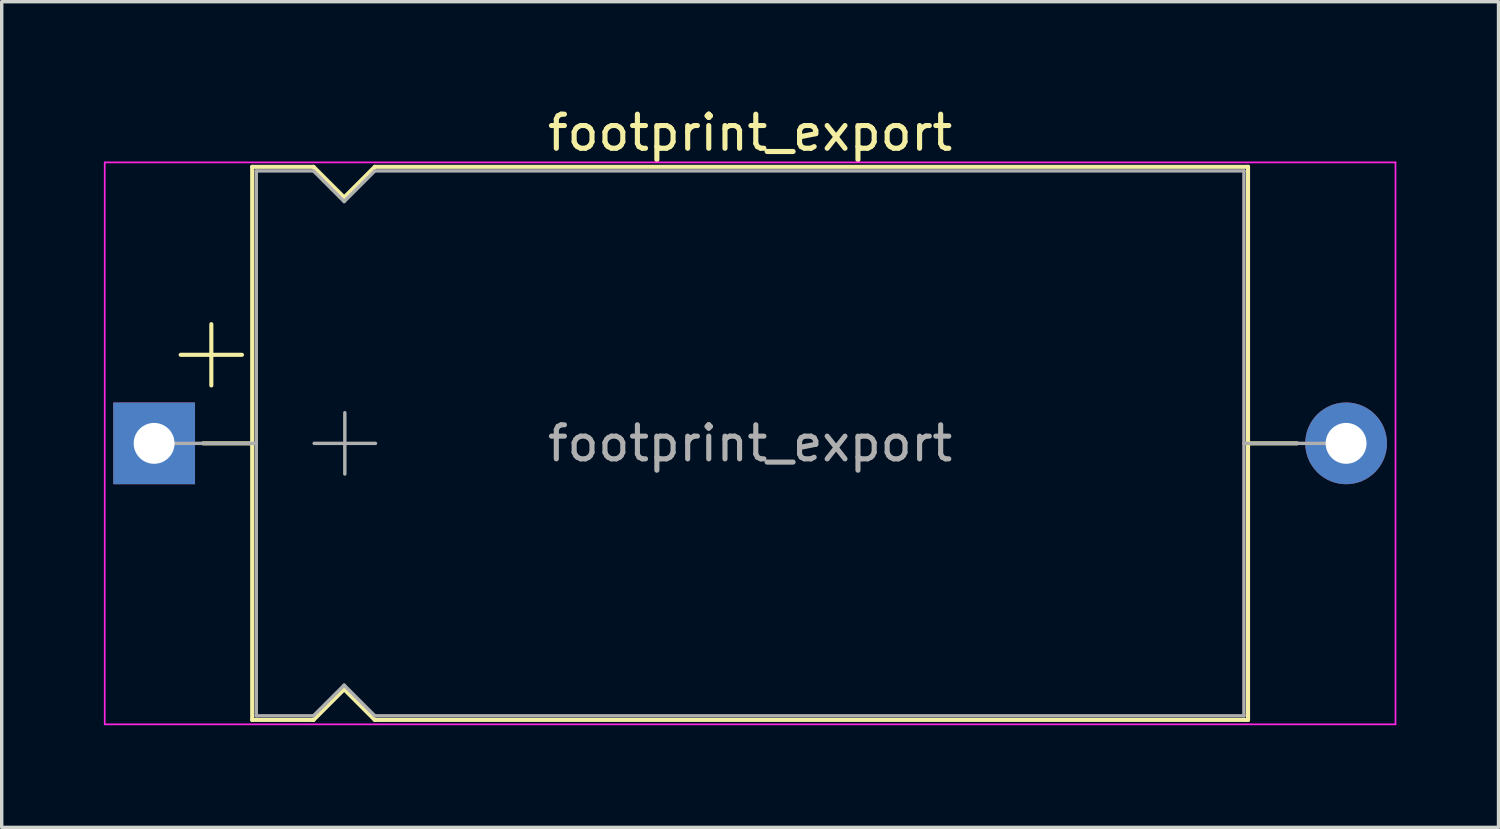
<source format=kicad_pcb>
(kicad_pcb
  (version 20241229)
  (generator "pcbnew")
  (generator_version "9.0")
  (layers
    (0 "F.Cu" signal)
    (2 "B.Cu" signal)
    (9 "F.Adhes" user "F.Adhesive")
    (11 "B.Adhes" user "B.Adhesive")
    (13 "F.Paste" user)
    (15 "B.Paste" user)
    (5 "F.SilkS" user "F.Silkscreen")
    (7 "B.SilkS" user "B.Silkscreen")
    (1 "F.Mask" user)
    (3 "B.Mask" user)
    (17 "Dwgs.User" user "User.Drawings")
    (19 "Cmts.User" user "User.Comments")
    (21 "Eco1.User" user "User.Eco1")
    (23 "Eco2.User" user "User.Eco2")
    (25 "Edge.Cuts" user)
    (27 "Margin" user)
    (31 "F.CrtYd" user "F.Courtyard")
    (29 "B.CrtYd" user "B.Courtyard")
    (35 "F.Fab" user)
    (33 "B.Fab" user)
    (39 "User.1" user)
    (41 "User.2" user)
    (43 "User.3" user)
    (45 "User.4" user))
  (footprint "footprint_export"
    (layer "F.Cu")
    (at 1.475 9.968)
    (property "Reference" "footprint_export" (at 17.5 -9.12 0) (layer "F.SilkS") (effects (font (size 1 1) (thickness 0.15))))
    (attr through_hole)
    (fp_line (start 0.78 -2.6) (end 2.58 -2.6) (stroke (width 0.12) (type solid)) (layer "F.SilkS"))
    (fp_line (start 1.44 0) (end 2.88 0) (stroke (width 0.12) (type solid)) (layer "F.SilkS"))
    (fp_line (start 1.68 -3.5) (end 1.68 -1.7) (stroke (width 0.12) (type solid)) (layer "F.SilkS"))
    (fp_line (start 2.88 -8.12) (end 2.88 8.12) (stroke (width 0.12) (type solid)) (layer "F.SilkS"))
    (fp_line (start 2.88 -8.12) (end 4.68 -8.12) (stroke (width 0.12) (type solid)) (layer "F.SilkS"))
    (fp_line (start 2.88 8.12) (end 4.68 8.12) (stroke (width 0.12) (type solid)) (layer "F.SilkS"))
    (fp_line (start 4.68 -8.12) (end 5.58 -7.22) (stroke (width 0.12) (type solid)) (layer "F.SilkS"))
    (fp_line (start 4.68 8.12) (end 5.58 7.22) (stroke (width 0.12) (type solid)) (layer "F.SilkS"))
    (fp_line (start 5.58 -7.22) (end 6.48 -8.12) (stroke (width 0.12) (type solid)) (layer "F.SilkS"))
    (fp_line (start 5.58 7.22) (end 6.48 8.12) (stroke (width 0.12) (type solid)) (layer "F.SilkS"))
    (fp_line (start 6.48 -8.12) (end 32.12 -8.12) (stroke (width 0.12) (type solid)) (layer "F.SilkS"))
    (fp_line (start 6.48 8.12) (end 32.12 8.12) (stroke (width 0.12) (type solid)) (layer "F.SilkS"))
    (fp_line (start 32.12 -8.12) (end 32.12 8.12) (stroke (width 0.12) (type solid)) (layer "F.SilkS"))
    (fp_line (start 33.56 0) (end 32.12 0) (stroke (width 0.12) (type solid)) (layer "F.SilkS"))
    (fp_line (start -1.45 -8.25) (end -1.45 8.25) (stroke (width 0.05) (type solid)) (layer "F.CrtYd"))
    (fp_line (start -1.45 8.25) (end 36.45 8.25) (stroke (width 0.05) (type solid)) (layer "F.CrtYd"))
    (fp_line (start 36.45 -8.25) (end -1.45 -8.25) (stroke (width 0.05) (type solid)) (layer "F.CrtYd"))
    (fp_line (start 36.45 8.25) (end 36.45 -8.25) (stroke (width 0.05) (type solid)) (layer "F.CrtYd"))
    (fp_line (start 0 0) (end 3 0) (stroke (width 0.1) (type solid)) (layer "F.Fab"))
    (fp_line (start 3 -8) (end 3 8) (stroke (width 0.1) (type solid)) (layer "F.Fab"))
    (fp_line (start 3 -8) (end 4.68 -8) (stroke (width 0.1) (type solid)) (layer "F.Fab"))
    (fp_line (start 3 8) (end 4.68 8) (stroke (width 0.1) (type solid)) (layer "F.Fab"))
    (fp_line (start 4.68 -8) (end 5.58 -7.1) (stroke (width 0.1) (type solid)) (layer "F.Fab"))
    (fp_line (start 4.68 8) (end 5.58 7.1) (stroke (width 0.1) (type solid)) (layer "F.Fab"))
    (fp_line (start 4.7 0) (end 6.5 0) (stroke (width 0.1) (type solid)) (layer "F.Fab"))
    (fp_line (start 5.58 -7.1) (end 6.48 -8) (stroke (width 0.1) (type solid)) (layer "F.Fab"))
    (fp_line (start 5.58 7.1) (end 6.48 8) (stroke (width 0.1) (type solid)) (layer "F.Fab"))
    (fp_line (start 5.6 -0.9) (end 5.6 0.9) (stroke (width 0.1) (type solid)) (layer "F.Fab"))
    (fp_line (start 6.48 -8) (end 32 -8) (stroke (width 0.1) (type solid)) (layer "F.Fab"))
    (fp_line (start 6.48 8) (end 32 8) (stroke (width 0.1) (type solid)) (layer "F.Fab"))
    (fp_line (start 32 -8) (end 32 8) (stroke (width 0.1) (type solid)) (layer "F.Fab"))
    (fp_line (start 35 0) (end 32 0) (stroke (width 0.1) (type solid)) (layer "F.Fab"))
    (fp_text user "${REFERENCE}" (at 17.5 0 0) (layer "F.Fab") (effects (font (size 1 1) (thickness 0.15))))
    (pad "1" thru_hole rect (at 0 0) (size 2.4 2.4) (drill 1.2) (layers "*.Cu" "*.Mask"))
    (pad "2" thru_hole oval (at 35 0) (size 2.4 2.4) (drill 1.2) (layers "*.Cu" "*.Mask")))
  (gr_rect
    (start -3 -3)
    (end 40.95 21.243)
    (stroke (width 0.1) (type default))
    (fill no)
    (layer "Edge.Cuts")))
</source>
